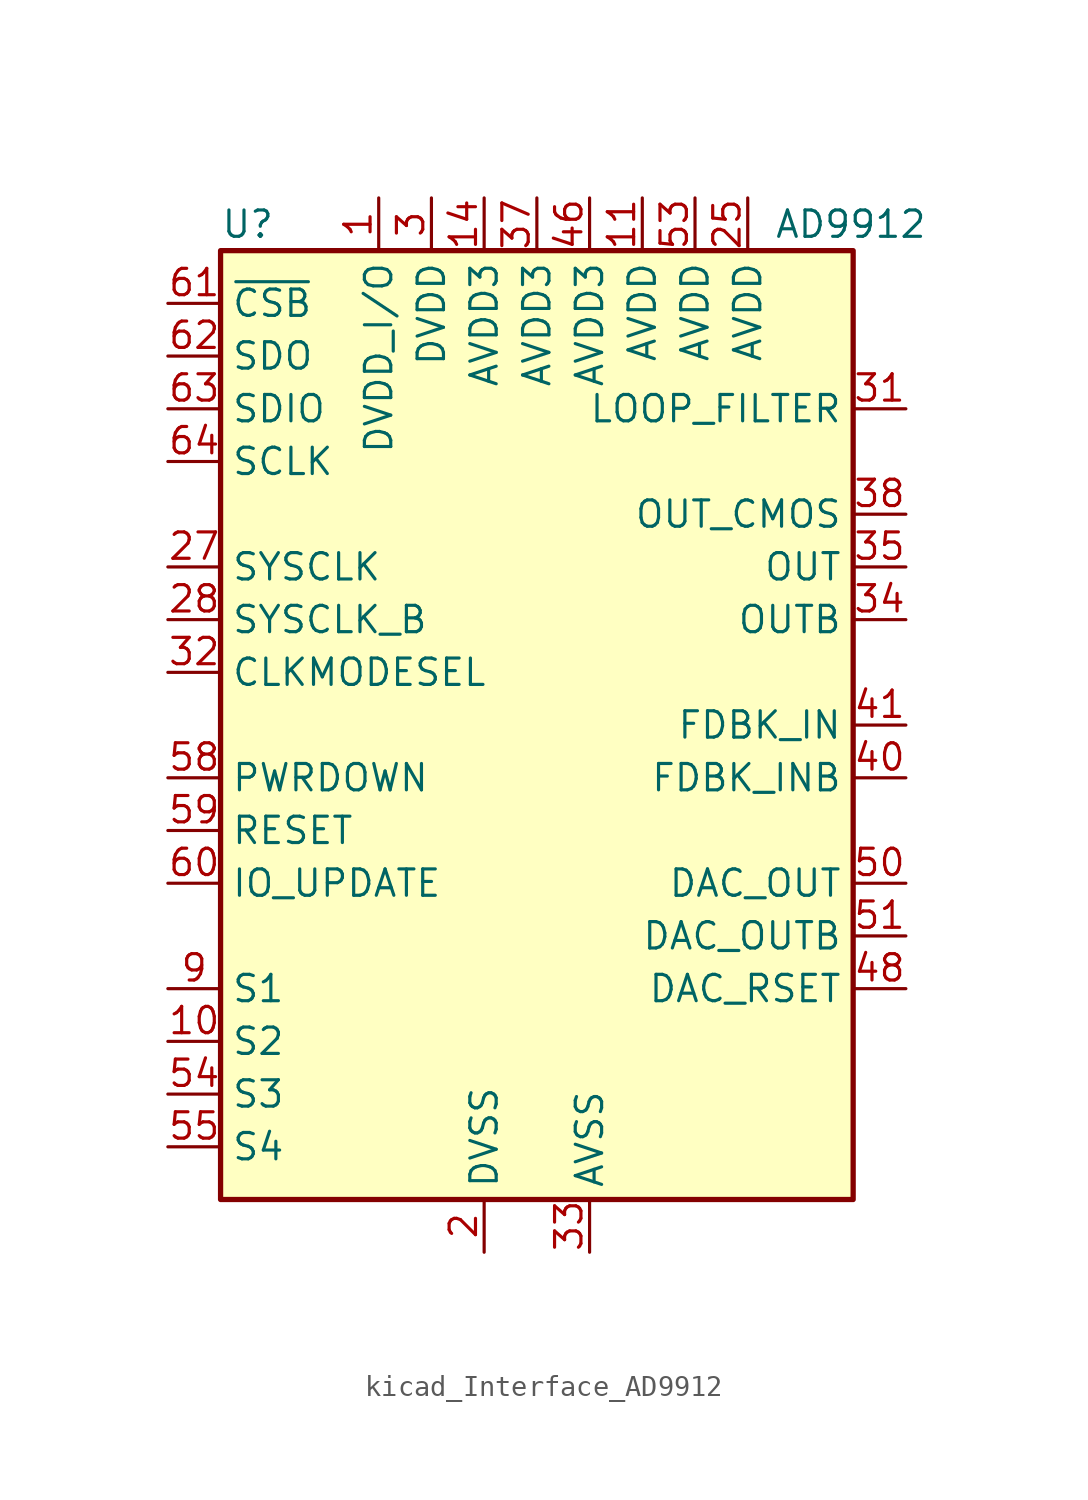
<source format=kicad_sym>
(kicad_symbol_lib
  (version 20220914)
  (generator kicad_symbol_editor)
  (symbol "kicad_Interface_AD9912"
    (property "Reference" "U"
      (at -15.24 24.13 0)
      (effects (font (size 1.27 1.27)) (justify left)))
    (property "Value" "AD9912"
      (at 11.43 24.13 0)
      (effects (font (size 1.27 1.27)) (justify left)))
    (symbol "kicad_Interface_AD9912_0_1"
      (rectangle (start -15.24 22.86) (end 15.24 -22.86) (stroke (width 0.254) (type default)) (fill (type background))))
    (symbol "kicad_Interface_AD9912_1_1"
      (pin power_in line (at -7.62 25.4 270) (length 2.54) (name "DVDD_I/O" (effects (font (size 1.27 1.27)))) (number "1" (effects (font (size 1.27 1.27)))))
      (pin tri_state line (at -17.78 -15.24 0) (length 2.54) (name "S2" (effects (font (size 1.27 1.27)))) (number "10" (effects (font (size 1.27 1.27)))))
      (pin power_in line (at 5.08 25.4 270) (length 2.54) (name "AVDD" (effects (font (size 1.27 1.27)))) (number "11" (effects (font (size 1.27 1.27)))))
      (pin no_connect line (at 7.62 -22.86 90) (length 2.54) hide (name "NC" (effects (font (size 1.27 1.27)))) (number "12" (effects (font (size 1.27 1.27)))))
      (pin no_connect line (at 10.16 -22.86 90) (length 2.54) hide (name "NC" (effects (font (size 1.27 1.27)))) (number "13" (effects (font (size 1.27 1.27)))))
      (pin power_in line (at -2.54 25.4 270) (length 2.54) (name "AVDD3" (effects (font (size 1.27 1.27)))) (number "14" (effects (font (size 1.27 1.27)))))
      (pin no_connect line (at 12.7 -22.86 90) (length 2.54) hide (name "NC" (effects (font (size 1.27 1.27)))) (number "15" (effects (font (size 1.27 1.27)))))
      (pin no_connect line (at 5.08 -22.86 90) (length 2.54) hide (name "NC" (effects (font (size 1.27 1.27)))) (number "16" (effects (font (size 1.27 1.27)))))
      (pin no_connect line (at 0 -22.86 90) (length 2.54) hide (name "NC" (effects (font (size 1.27 1.27)))) (number "17" (effects (font (size 1.27 1.27)))))
      (pin no_connect line (at -12.7 -22.86 90) (length 2.54) hide (name "NC" (effects (font (size 1.27 1.27)))) (number "18" (effects (font (size 1.27 1.27)))))
      (pin passive line (at 5.08 25.4 270) (length 2.54) hide (name "AVDD" (effects (font (size 1.27 1.27)))) (number "19" (effects (font (size 1.27 1.27)))))
      (pin power_in line (at -2.54 -25.4 90) (length 2.54) (name "DVSS" (effects (font (size 1.27 1.27)))) (number "2" (effects (font (size 1.27 1.27)))))
      (pin no_connect line (at -5.08 -22.86 90) (length 2.54) hide (name "NC" (effects (font (size 1.27 1.27)))) (number "20" (effects (font (size 1.27 1.27)))))
      (pin no_connect line (at -7.62 -22.86 90) (length 2.54) hide (name "NC" (effects (font (size 1.27 1.27)))) (number "21" (effects (font (size 1.27 1.27)))))
      (pin no_connect line (at -10.16 -22.86 90) (length 2.54) hide (name "NC" (effects (font (size 1.27 1.27)))) (number "22" (effects (font (size 1.27 1.27)))))
      (pin passive line (at 5.08 25.4 270) (length 2.54) hide (name "AVDD" (effects (font (size 1.27 1.27)))) (number "23" (effects (font (size 1.27 1.27)))))
      (pin passive line (at 5.08 25.4 270) (length 2.54) hide (name "AVDD" (effects (font (size 1.27 1.27)))) (number "24" (effects (font (size 1.27 1.27)))))
      (pin power_in line (at 10.16 25.4 270) (length 2.54) (name "AVDD" (effects (font (size 1.27 1.27)))) (number "25" (effects (font (size 1.27 1.27)))))
      (pin passive line (at 10.16 25.4 270) (length 2.54) hide (name "AVDD" (effects (font (size 1.27 1.27)))) (number "26" (effects (font (size 1.27 1.27)))))
      (pin input line (at -17.78 7.62 0) (length 2.54) (name "SYSCLK" (effects (font (size 1.27 1.27)))) (number "27" (effects (font (size 1.27 1.27)))))
      (pin input line (at -17.78 5.08 0) (length 2.54) (name "SYSCLK_B" (effects (font (size 1.27 1.27)))) (number "28" (effects (font (size 1.27 1.27)))))
      (pin passive line (at 10.16 25.4 270) (length 2.54) hide (name "AVDD" (effects (font (size 1.27 1.27)))) (number "29" (effects (font (size 1.27 1.27)))))
      (pin power_in line (at -5.08 25.4 270) (length 2.54) (name "DVDD" (effects (font (size 1.27 1.27)))) (number "3" (effects (font (size 1.27 1.27)))))
      (pin passive line (at 10.16 25.4 270) (length 2.54) hide (name "AVDD" (effects (font (size 1.27 1.27)))) (number "30" (effects (font (size 1.27 1.27)))))
      (pin passive line (at 17.78 15.24 180) (length 2.54) (name "LOOP_FILTER" (effects (font (size 1.27 1.27)))) (number "31" (effects (font (size 1.27 1.27)))))
      (pin input line (at -17.78 2.54 0) (length 2.54) (name "CLKMODESEL" (effects (font (size 1.27 1.27)))) (number "32" (effects (font (size 1.27 1.27)))))
      (pin power_in line (at 2.54 -25.4 90) (length 2.54) (name "AVSS" (effects (font (size 1.27 1.27)))) (number "33" (effects (font (size 1.27 1.27)))))
      (pin output line (at 17.78 5.08 180) (length 2.54) (name "OUTB" (effects (font (size 1.27 1.27)))) (number "34" (effects (font (size 1.27 1.27)))))
      (pin output line (at 17.78 7.62 180) (length 2.54) (name "OUT" (effects (font (size 1.27 1.27)))) (number "35" (effects (font (size 1.27 1.27)))))
      (pin passive line (at 5.08 25.4 270) (length 2.54) hide (name "AVDD" (effects (font (size 1.27 1.27)))) (number "36" (effects (font (size 1.27 1.27)))))
      (pin power_in line (at 0 25.4 270) (length 2.54) (name "AVDD3" (effects (font (size 1.27 1.27)))) (number "37" (effects (font (size 1.27 1.27)))))
      (pin output line (at 17.78 10.16 180) (length 2.54) (name "OUT_CMOS" (effects (font (size 1.27 1.27)))) (number "38" (effects (font (size 1.27 1.27)))))
      (pin passive line (at 2.54 -25.4 90) (length 2.54) hide (name "AVSS" (effects (font (size 1.27 1.27)))) (number "39" (effects (font (size 1.27 1.27)))))
      (pin passive line (at -2.54 -25.4 90) (length 2.54) hide (name "DVSS" (effects (font (size 1.27 1.27)))) (number "4" (effects (font (size 1.27 1.27)))))
      (pin input line (at 17.78 -2.54 180) (length 2.54) (name "FDBK_INB" (effects (font (size 1.27 1.27)))) (number "40" (effects (font (size 1.27 1.27)))))
      (pin input line (at 17.78 0 180) (length 2.54) (name "FDBK_IN" (effects (font (size 1.27 1.27)))) (number "41" (effects (font (size 1.27 1.27)))))
      (pin passive line (at 5.08 25.4 270) (length 2.54) hide (name "AVDD" (effects (font (size 1.27 1.27)))) (number "42" (effects (font (size 1.27 1.27)))))
      (pin passive line (at 2.54 -25.4 90) (length 2.54) hide (name "AVSS" (effects (font (size 1.27 1.27)))) (number "43" (effects (font (size 1.27 1.27)))))
      (pin passive line (at 5.08 25.4 270) (length 2.54) hide (name "AVDD" (effects (font (size 1.27 1.27)))) (number "44" (effects (font (size 1.27 1.27)))))
      (pin passive line (at 5.08 25.4 270) (length 2.54) hide (name "AVDD" (effects (font (size 1.27 1.27)))) (number "45" (effects (font (size 1.27 1.27)))))
      (pin power_in line (at 2.54 25.4 270) (length 2.54) (name "AVDD3" (effects (font (size 1.27 1.27)))) (number "46" (effects (font (size 1.27 1.27)))))
      (pin passive line (at 2.54 25.4 270) (length 2.54) hide (name "AVDD3" (effects (font (size 1.27 1.27)))) (number "47" (effects (font (size 1.27 1.27)))))
      (pin passive line (at 17.78 -12.7 180) (length 2.54) (name "DAC_RSET" (effects (font (size 1.27 1.27)))) (number "48" (effects (font (size 1.27 1.27)))))
      (pin passive line (at 2.54 25.4 270) (length 2.54) hide (name "AVDD3" (effects (font (size 1.27 1.27)))) (number "49" (effects (font (size 1.27 1.27)))))
      (pin passive line (at -5.08 25.4 270) (length 2.54) hide (name "DVDD" (effects (font (size 1.27 1.27)))) (number "5" (effects (font (size 1.27 1.27)))))
      (pin output line (at 17.78 -7.62 180) (length 2.54) (name "DAC_OUT" (effects (font (size 1.27 1.27)))) (number "50" (effects (font (size 1.27 1.27)))))
      (pin output line (at 17.78 -10.16 180) (length 2.54) (name "DAC_OUTB" (effects (font (size 1.27 1.27)))) (number "51" (effects (font (size 1.27 1.27)))))
      (pin passive line (at 2.54 -25.4 90) (length 2.54) hide (name "AVSS" (effects (font (size 1.27 1.27)))) (number "52" (effects (font (size 1.27 1.27)))))
      (pin power_in line (at 7.62 25.4 270) (length 2.54) (name "AVDD" (effects (font (size 1.27 1.27)))) (number "53" (effects (font (size 1.27 1.27)))))
      (pin tri_state line (at -17.78 -17.78 0) (length 2.54) (name "S3" (effects (font (size 1.27 1.27)))) (number "54" (effects (font (size 1.27 1.27)))))
      (pin tri_state line (at -17.78 -20.32 0) (length 2.54) (name "S4" (effects (font (size 1.27 1.27)))) (number "55" (effects (font (size 1.27 1.27)))))
      (pin passive line (at -2.54 -25.4 90) (length 2.54) hide (name "DVSS" (effects (font (size 1.27 1.27)))) (number "56" (effects (font (size 1.27 1.27)))))
      (pin passive line (at -2.54 -25.4 90) (length 2.54) hide (name "DVSS" (effects (font (size 1.27 1.27)))) (number "57" (effects (font (size 1.27 1.27)))))
      (pin input line (at -17.78 -2.54 0) (length 2.54) (name "PWRDOWN" (effects (font (size 1.27 1.27)))) (number "58" (effects (font (size 1.27 1.27)))))
      (pin input line (at -17.78 -5.08 0) (length 2.54) (name "RESET" (effects (font (size 1.27 1.27)))) (number "59" (effects (font (size 1.27 1.27)))))
      (pin passive line (at -2.54 -25.4 90) (length 2.54) hide (name "DVSS" (effects (font (size 1.27 1.27)))) (number "6" (effects (font (size 1.27 1.27)))))
      (pin input line (at -17.78 -7.62 0) (length 2.54) (name "IO_UPDATE" (effects (font (size 1.27 1.27)))) (number "60" (effects (font (size 1.27 1.27)))))
      (pin input line (at -17.78 20.32 0) (length 2.54) (name "~{CSB}" (effects (font (size 1.27 1.27)))) (number "61" (effects (font (size 1.27 1.27)))))
      (pin output line (at -17.78 17.78 0) (length 2.54) (name "SDO" (effects (font (size 1.27 1.27)))) (number "62" (effects (font (size 1.27 1.27)))))
      (pin bidirectional line (at -17.78 15.24 0) (length 2.54) (name "SDIO" (effects (font (size 1.27 1.27)))) (number "63" (effects (font (size 1.27 1.27)))))
      (pin input line (at -17.78 12.7 0) (length 2.54) (name "SCLK" (effects (font (size 1.27 1.27)))) (number "64" (effects (font (size 1.27 1.27)))))
      (pin passive line (at 2.54 -25.4 90) (length 2.54) hide (name "AVSS" (effects (font (size 1.27 1.27)))) (number "65" (effects (font (size 1.27 1.27)))))
      (pin passive line (at -5.08 25.4 270) (length 2.54) hide (name "DVDD" (effects (font (size 1.27 1.27)))) (number "7" (effects (font (size 1.27 1.27)))))
      (pin passive line (at -2.54 -25.4 90) (length 2.54) hide (name "DVSS" (effects (font (size 1.27 1.27)))) (number "8" (effects (font (size 1.27 1.27)))))
      (pin tri_state line (at -17.78 -12.7 0) (length 2.54) (name "S1" (effects (font (size 1.27 1.27)))) (number "9" (effects (font (size 1.27 1.27))))))))
</source>
